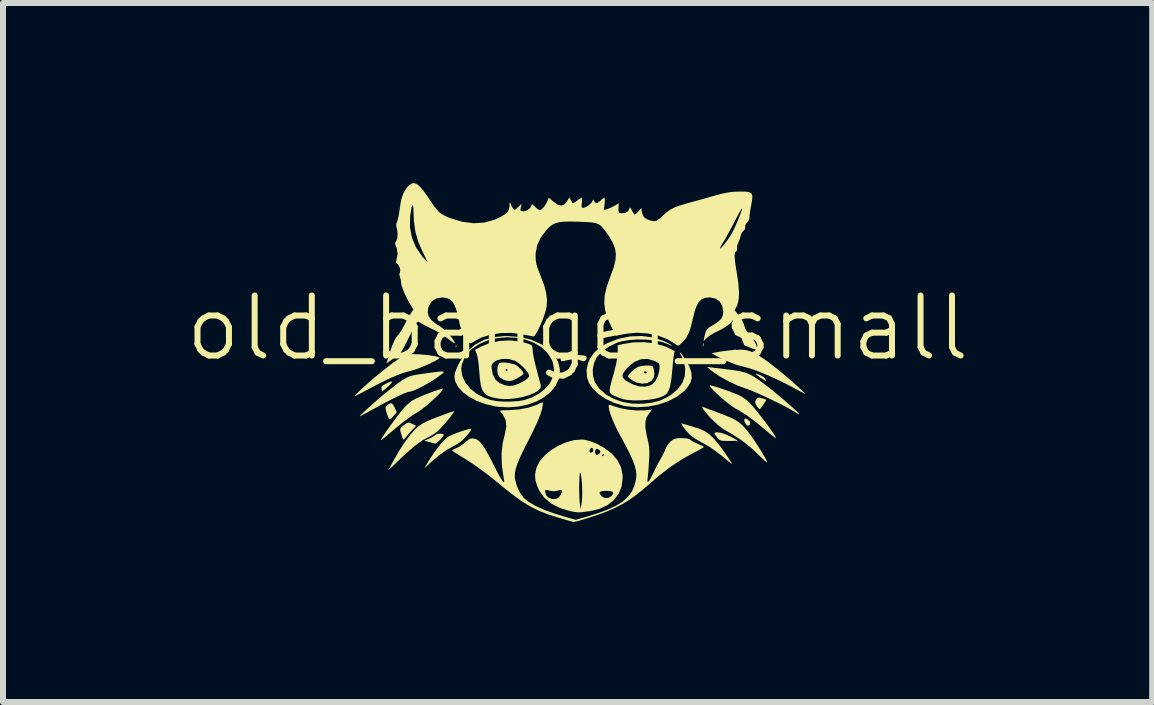
<source format=kicad_pcb>
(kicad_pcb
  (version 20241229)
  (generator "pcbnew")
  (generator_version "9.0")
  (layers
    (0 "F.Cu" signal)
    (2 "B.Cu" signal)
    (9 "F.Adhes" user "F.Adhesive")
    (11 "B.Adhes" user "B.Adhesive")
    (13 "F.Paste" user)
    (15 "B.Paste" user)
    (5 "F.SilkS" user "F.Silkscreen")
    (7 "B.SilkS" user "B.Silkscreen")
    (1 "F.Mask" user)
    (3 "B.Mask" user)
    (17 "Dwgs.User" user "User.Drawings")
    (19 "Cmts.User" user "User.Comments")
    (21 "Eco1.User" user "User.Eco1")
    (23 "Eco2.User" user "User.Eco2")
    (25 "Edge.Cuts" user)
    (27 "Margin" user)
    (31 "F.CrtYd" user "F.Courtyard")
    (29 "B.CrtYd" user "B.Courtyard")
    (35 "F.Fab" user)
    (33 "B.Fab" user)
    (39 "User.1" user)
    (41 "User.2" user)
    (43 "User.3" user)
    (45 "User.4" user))
  (footprint "old_badger_small"
    (layer "F.Cu")
    (at 6.574 2.916)
    (property "Reference" "old_badger_small" (at 0 -0.5 0) (unlocked yes) (layer "F.SilkS") (effects (font (size 1 1) (thickness 0.1))))
    (attr board_only exclude_from_pos_files exclude_from_bom)
    (fp_poly (pts (xy -2.022 -0.21) (xy -2.019 -0.187) (xy -2.022 -0.185) (xy -2.033 -0.187) (xy -2.034 -0.197) (xy -2.027 -0.213)) (stroke (width 0) (type solid)) (fill yes) (layer "F.SilkS"))
    (fp_poly (pts (xy 2.099 -0.239) (xy 2.101 -0.209) (xy 2.097 -0.202) (xy 2.088 -0.208) (xy 2.087 -0.227) (xy 2.092 -0.247)) (stroke (width 0) (type solid)) (fill yes) (layer "F.SilkS"))
    (fp_poly (pts (xy 2.81 1.01) (xy 2.834 1.025) (xy 2.873 1.062) (xy 2.874 1.099) (xy 2.856 1.122) (xy 2.831 1.127) (xy 2.801 1.099) (xy 2.799 1.097) (xy 2.779 1.056) (xy 2.777 1.024) (xy 2.789 1.006)) (stroke (width 0) (type solid)) (fill yes) (layer "F.SilkS"))
    (fp_poly (pts (xy -3.091 0.399) (xy -3.109 0.427) (xy -3.152 0.47) (xy -3.176 0.49) (xy -3.258 0.558) (xy -3.267 0.512) (xy -3.267 0.481) (xy -3.249 0.457) (xy -3.203 0.432) (xy -3.194 0.427) (xy -3.144 0.405) (xy -3.11 0.391) (xy -3.102 0.389)) (stroke (width 0) (type solid)) (fill yes) (layer "F.SilkS"))
    (fp_poly (pts (xy 3.018 0.275) (xy 3.047 0.286) (xy 3.096 0.313) (xy 3.127 0.344) (xy 3.131 0.352) (xy 3.137 0.381) (xy 3.138 0.388) (xy 3.122 0.377) (xy 3.084 0.351) (xy 3.04 0.321) (xy 2.986 0.282) (xy 2.964 0.262) (xy 2.975 0.26)) (stroke (width 0) (type solid)) (fill yes) (layer "F.SilkS"))
    (fp_poly (pts (xy 3.076 0.671) (xy 3.146 0.695) (xy 3.114 0.745) (xy 3.074 0.806) (xy 3.049 0.84) (xy 3.033 0.85) (xy 3.017 0.84) (xy 2.996 0.814) (xy 2.995 0.812) (xy 2.963 0.763) (xy 2.958 0.724) (xy 2.98 0.683) (xy 2.98 0.683) (xy 3.001 0.662) (xy 3.029 0.659)) (stroke (width 0) (type solid)) (fill yes) (layer "F.SilkS"))
    (fp_poly (pts (xy -3.094 0.756) (xy -3.066 0.79) (xy -3.048 0.825) (xy -3.013 0.901) (xy -3.057 0.952) (xy -3.09 0.99) (xy -3.112 1.016) (xy -3.113 1.018) (xy -3.132 1.019) (xy -3.144 1.008) (xy -3.161 0.976) (xy -3.18 0.923) (xy -3.187 0.9) (xy -3.199 0.846) (xy -3.198 0.815) (xy -3.18 0.792) (xy -3.168 0.782) (xy -3.125 0.754)) (stroke (width 0) (type solid)) (fill yes) (layer "F.SilkS"))
    (fp_poly (pts (xy -2.24 1.267) (xy -2.238 1.268) (xy -2.23 1.283) (xy -2.247 1.313) (xy -2.283 1.353) (xy -2.325 1.394) (xy -2.357 1.42) (xy -2.369 1.426) (xy -2.395 1.42) (xy -2.443 1.407) (xy -2.469 1.4) (xy -2.554 1.378) (xy -2.467 1.339) (xy -2.414 1.312) (xy -2.376 1.288) (xy -2.366 1.279) (xy -2.338 1.263) (xy -2.29 1.258)) (stroke (width 0) (type solid)) (fill yes) (layer "F.SilkS"))
    (fp_poly (pts (xy -2.786 1.082) (xy -2.757 1.096) (xy -2.69 1.128) (xy -2.756 1.198) (xy -2.804 1.251) (xy -2.849 1.305) (xy -2.862 1.322) (xy -2.893 1.355) (xy -2.909 1.354) (xy -2.911 1.35) (xy -2.922 1.315) (xy -2.938 1.265) (xy -2.94 1.26) (xy -2.955 1.208) (xy -2.955 1.176) (xy -2.935 1.15) (xy -2.892 1.116) (xy -2.849 1.085) (xy -2.819 1.074)) (stroke (width 0) (type solid)) (fill yes) (layer "F.SilkS"))
    (fp_poly (pts (xy 2.377 1.243) (xy 2.456 1.267) (xy 2.535 1.302) (xy 2.598 1.335) (xy 2.646 1.361) (xy 2.67 1.375) (xy 2.672 1.376) (xy 2.654 1.378) (xy 2.608 1.38) (xy 2.542 1.381) (xy 2.521 1.381) (xy 2.446 1.38) (xy 2.398 1.376) (xy 2.367 1.365) (xy 2.342 1.344) (xy 2.321 1.318) (xy 2.292 1.278) (xy 2.278 1.252) (xy 2.279 1.248) (xy 2.316 1.236)) (stroke (width 0) (type solid)) (fill yes) (layer "F.SilkS"))
    (fp_poly (pts (xy 0.031 -0.049) (xy 0.095 -0.044) (xy 0.134 -0.036) (xy 0.142 -0.032) (xy 0.152 -0.001) (xy 0.14 0.032) (xy 0.113 0.053) (xy 0.086 0.051) (xy 0.001 0.025) (xy -0.102 0.023) (xy -0.176 0.036) (xy -0.233 0.05) (xy -0.264 0.052) (xy -0.278 0.041) (xy -0.284 0.022) (xy -0.285 -0.017) (xy -0.277 -0.034) (xy -0.25 -0.043) (xy -0.196 -0.048) (xy -0.124 -0.051) (xy -0.045 -0.051)) (stroke (width 0) (type solid)) (fill yes) (layer "F.SilkS"))
    (fp_poly (pts (xy -1.77 1.184) (xy -1.781 1.206) (xy -1.81 1.247) (xy -1.851 1.3) (xy -1.851 1.3) (xy -1.925 1.376) (xy -2.013 1.438) (xy -2.066 1.466) (xy -2.185 1.533) (xy -2.302 1.616) (xy -2.427 1.721) (xy -2.467 1.757) (xy -2.551 1.834) (xy -2.497 1.74) (xy -2.443 1.652) (xy -2.379 1.559) (xy -2.312 1.47) (xy -2.249 1.394) (xy -2.195 1.339) (xy -2.18 1.326) (xy -2.141 1.303) (xy -2.082 1.276) (xy -2.012 1.247) (xy -1.938 1.221) (xy -1.869 1.199) (xy -1.813 1.184) (xy -1.777 1.18)) (stroke (width 0) (type solid)) (fill yes) (layer "F.SilkS"))
    (fp_poly (pts (xy 1.75 1.093) (xy 1.797 1.107) (xy 1.866 1.127) (xy 1.923 1.144) (xy 2.035 1.18) (xy 2.122 1.22) (xy 2.196 1.271) (xy 2.267 1.339) (xy 2.341 1.426) (xy 2.381 1.477) (xy 2.426 1.538) (xy 2.472 1.604) (xy 2.514 1.667) (xy 2.548 1.72) (xy 2.569 1.756) (xy 2.572 1.768) (xy 2.557 1.756) (xy 2.518 1.725) (xy 2.462 1.679) (xy 2.398 1.625) (xy 2.298 1.549) (xy 2.193 1.477) (xy 2.096 1.42) (xy 2.075 1.41) (xy 1.958 1.344) (xy 1.867 1.274) (xy 1.846 1.252) (xy 1.802 1.202) (xy 1.764 1.153) (xy 1.738 1.113) (xy 1.728 1.091) (xy 1.731 1.088)) (stroke (width 0) (type solid)) (fill yes) (layer "F.SilkS"))
    (fp_poly (pts (xy -2.065 0.905) (xy -2.092 0.944) (xy -2.133 0.998) (xy -2.183 1.058) (xy -2.237 1.12) (xy -2.288 1.175) (xy -2.331 1.218) (xy -2.348 1.233) (xy -2.41 1.276) (xy -2.477 1.314) (xy -2.496 1.323) (xy -2.579 1.366) (xy -2.678 1.436) (xy -2.795 1.533) (xy -2.933 1.658) (xy -2.968 1.692) (xy -3.156 1.872) (xy -3.074 1.721) (xy -2.98 1.556) (xy -2.885 1.409) (xy -2.794 1.285) (xy -2.711 1.19) (xy -2.69 1.17) (xy -2.643 1.13) (xy -2.593 1.096) (xy -2.532 1.063) (xy -2.454 1.028) (xy -2.348 0.987) (xy -2.328 0.979) (xy -2.236 0.945) (xy -2.157 0.916) (xy -2.097 0.896) (xy -2.064 0.887) (xy -2.059 0.887)) (stroke (width 0) (type solid)) (fill yes) (layer "F.SilkS"))
    (fp_poly (pts (xy -1.194 0.076) (xy -1.185 0.077) (xy -1.116 0.089) (xy -1.054 0.106) (xy -1.03 0.116) (xy -0.989 0.145) (xy -0.946 0.186) (xy -0.913 0.227) (xy -0.9 0.256) (xy -0.916 0.278) (xy -0.956 0.307) (xy -1.008 0.338) (xy -1.063 0.365) (xy -1.109 0.38) (xy -1.115 0.381) (xy -1.176 0.379) (xy -1.231 0.363) (xy -1.297 0.322) (xy -1.331 0.269) (xy -1.338 0.2) (xy -1.203 0.2) (xy -1.188 0.218) (xy -1.184 0.219) (xy -1.165 0.204) (xy -1.165 0.2) (xy -1.179 0.181) (xy -1.184 0.181) (xy -1.202 0.195) (xy -1.203 0.2) (xy -1.338 0.2) (xy -1.338 0.196) (xy -1.33 0.128) (xy -1.308 0.089) (xy -1.265 0.073)) (stroke (width 0) (type solid)) (fill yes) (layer "F.SilkS"))
    (fp_poly (pts (xy 1.217 0.126) (xy 1.247 0.135) (xy 1.261 0.158) (xy 1.266 0.176) (xy 1.28 0.264) (xy 1.267 0.331) (xy 1.228 0.382) (xy 1.228 0.382) (xy 1.158 0.418) (xy 1.073 0.426) (xy 0.981 0.407) (xy 0.919 0.377) (xy 0.872 0.344) (xy 0.843 0.316) (xy 0.838 0.305) (xy 0.853 0.275) (xy 0.886 0.237) (xy 1.103 0.237) (xy 1.118 0.254) (xy 1.132 0.256) (xy 1.152 0.247) (xy 1.15 0.237) (xy 1.126 0.219) (xy 1.121 0.219) (xy 1.103 0.233) (xy 1.103 0.237) (xy 0.886 0.237) (xy 0.889 0.235) (xy 0.937 0.192) (xy 0.987 0.158) (xy 1.014 0.144) (xy 1.066 0.132) (xy 1.133 0.125) (xy 1.161 0.124)) (stroke (width 0) (type solid)) (fill yes) (layer "F.SilkS"))
    (fp_poly (pts (xy 2.466 0.185) (xy 2.599 0.202) (xy 2.703 0.219) (xy 2.788 0.241) (xy 2.862 0.269) (xy 2.934 0.309) (xy 3.015 0.362) (xy 3.086 0.413) (xy 3.157 0.468) (xy 3.238 0.532) (xy 3.324 0.603) (xy 3.411 0.675) (xy 3.493 0.746) (xy 3.566 0.81) (xy 3.627 0.866) (xy 3.67 0.907) (xy 3.691 0.932) (xy 3.69 0.937) (xy 3.671 0.928) (xy 3.632 0.905) (xy 3.618 0.897) (xy 3.525 0.843) (xy 3.411 0.783) (xy 3.285 0.72) (xy 3.155 0.657) (xy 3.03 0.6) (xy 2.917 0.551) (xy 2.824 0.515) (xy 2.79 0.504) (xy 2.654 0.453) (xy 2.51 0.385) (xy 2.37 0.307) (xy 2.25 0.226) (xy 2.22 0.202) (xy 2.156 0.149)) (stroke (width 0) (type solid)) (fill yes) (layer "F.SilkS"))
    (fp_poly (pts (xy 2.8 -0.134) (xy 2.878 -0.113) (xy 2.963 -0.075) (xy 3.06 -0.016) (xy 3.177 0.066) (xy 3.185 0.072) (xy 3.255 0.126) (xy 3.334 0.189) (xy 3.418 0.258) (xy 3.503 0.33) (xy 3.584 0.4) (xy 3.657 0.465) (xy 3.718 0.521) (xy 3.762 0.563) (xy 3.785 0.589) (xy 3.784 0.595) (xy 3.766 0.586) (xy 3.722 0.562) (xy 3.66 0.529) (xy 3.626 0.51) (xy 3.491 0.439) (xy 3.35 0.37) (xy 3.209 0.305) (xy 3.075 0.248) (xy 2.956 0.201) (xy 2.857 0.168) (xy 2.8 0.154) (xy 2.637 0.11) (xy 2.458 0.038) (xy 2.324 -0.029) (xy 2.232 -0.08) (xy 2.286 -0.091) (xy 2.393 -0.11) (xy 2.514 -0.126) (xy 2.631 -0.136) (xy 2.722 -0.14)) (stroke (width 0) (type solid)) (fill yes) (layer "F.SilkS"))
    (fp_poly (pts (xy 2.118 0.825) (xy 2.156 0.84) (xy 2.22 0.864) (xy 2.302 0.895) (xy 2.393 0.929) (xy 2.394 0.929) (xy 2.513 0.976) (xy 2.604 1.018) (xy 2.677 1.063) (xy 2.74 1.115) (xy 2.802 1.181) (xy 2.855 1.247) (xy 2.899 1.307) (xy 2.95 1.381) (xy 3.002 1.461) (xy 3.053 1.541) (xy 3.098 1.616) (xy 3.133 1.679) (xy 3.155 1.722) (xy 3.159 1.741) (xy 3.143 1.732) (xy 3.109 1.703) (xy 3.067 1.662) (xy 2.909 1.511) (xy 2.744 1.379) (xy 2.583 1.273) (xy 2.54 1.249) (xy 2.428 1.184) (xy 2.336 1.114) (xy 2.245 1.027) (xy 2.238 1.021) (xy 2.18 0.958) (xy 2.131 0.901) (xy 2.097 0.859) (xy 2.087 0.844) (xy 2.075 0.818) (xy 2.086 0.814)) (stroke (width 0) (type solid)) (fill yes) (layer "F.SilkS"))
    (fp_poly (pts (xy 2.223 0.457) (xy 2.272 0.47) (xy 2.341 0.491) (xy 2.422 0.518) (xy 2.509 0.548) (xy 2.593 0.58) (xy 2.668 0.61) (xy 2.675 0.613) (xy 2.744 0.65) (xy 2.814 0.699) (xy 2.839 0.719) (xy 2.879 0.759) (xy 2.93 0.818) (xy 2.989 0.889) (xy 3.052 0.969) (xy 3.116 1.052) (xy 3.176 1.132) (xy 3.228 1.205) (xy 3.27 1.266) (xy 3.296 1.31) (xy 3.303 1.331) (xy 3.301 1.333) (xy 3.281 1.32) (xy 3.239 1.289) (xy 3.184 1.244) (xy 3.153 1.218) (xy 2.987 1.08) (xy 2.837 0.967) (xy 2.705 0.882) (xy 2.638 0.844) (xy 2.589 0.815) (xy 2.527 0.77) (xy 2.458 0.715) (xy 2.387 0.655) (xy 2.321 0.594) (xy 2.264 0.539) (xy 2.222 0.494) (xy 2.202 0.464) (xy 2.202 0.455)) (stroke (width 0) (type solid)) (fill yes) (layer "F.SilkS"))
    (fp_poly (pts (xy -2.648 -0.063) (xy -2.562 -0.056) (xy -2.476 -0.047) (xy -2.399 -0.035) (xy -2.339 -0.023) (xy -2.304 -0.011) (xy -2.299 -0.005) (xy -2.315 0.013) (xy -2.36 0.041) (xy -2.425 0.074) (xy -2.503 0.111) (xy -2.586 0.146) (xy -2.667 0.178) (xy -2.739 0.202) (xy -2.779 0.212) (xy -2.889 0.242) (xy -3.019 0.29) (xy -3.172 0.358) (xy -3.351 0.447) (xy -3.473 0.512) (xy -3.557 0.557) (xy -3.629 0.594) (xy -3.682 0.621) (xy -3.71 0.634) (xy -3.712 0.634) (xy -3.709 0.623) (xy -3.685 0.595) (xy -3.678 0.589) (xy -3.59 0.506) (xy -3.486 0.413) (xy -3.374 0.317) (xy -3.262 0.225) (xy -3.158 0.142) (xy -3.07 0.075) (xy -3.03 0.047) (xy -2.955 -0.003) (xy -2.901 -0.035) (xy -2.858 -0.054) (xy -2.816 -0.062) (xy -2.765 -0.065) (xy -2.728 -0.065)) (stroke (width 0) (type solid)) (fill yes) (layer "F.SilkS"))
    (fp_poly (pts (xy -2.246 0.511) (xy -2.251 0.531) (xy -2.28 0.569) (xy -2.328 0.62) (xy -2.39 0.679) (xy -2.459 0.741) (xy -2.53 0.801) (xy -2.598 0.855) (xy -2.656 0.896) (xy -2.68 0.91) (xy -2.747 0.951) (xy -2.831 1.01) (xy -2.921 1.078) (xy -3.001 1.143) (xy -3.077 1.207) (xy -3.146 1.265) (xy -3.202 1.312) (xy -3.237 1.34) (xy -3.239 1.342) (xy -3.271 1.366) (xy -3.279 1.366) (xy -3.268 1.344) (xy -3.267 1.342) (xy -3.241 1.299) (xy -3.197 1.235) (xy -3.142 1.156) (xy -3.08 1.071) (xy -3.018 0.987) (xy -2.961 0.912) (xy -2.915 0.855) (xy -2.907 0.846) (xy -2.85 0.786) (xy -2.789 0.732) (xy -2.744 0.701) (xy -2.696 0.676) (xy -2.627 0.645) (xy -2.548 0.612) (xy -2.464 0.58) (xy -2.385 0.55) (xy -2.317 0.527) (xy -2.268 0.513) (xy -2.246 0.511)) (stroke (width 0) (type solid)) (fill yes) (layer "F.SilkS"))
    (fp_poly (pts (xy -2.234 0.226) (xy -2.232 0.238) (xy -2.252 0.258) (xy -2.292 0.289) (xy -2.328 0.315) (xy -2.403 0.367) (xy -2.489 0.419) (xy -2.578 0.468) (xy -2.662 0.511) (xy -2.734 0.542) (xy -2.784 0.558) (xy -2.795 0.559) (xy -2.837 0.568) (xy -2.908 0.596) (xy -3.004 0.64) (xy -3.123 0.7) (xy -3.261 0.772) (xy -3.361 0.827) (xy -3.45 0.875) (xy -3.527 0.918) (xy -3.587 0.95) (xy -3.623 0.969) (xy -3.63 0.973) (xy -3.625 0.964) (xy -3.598 0.935) (xy -3.552 0.891) (xy -3.519 0.859) (xy -3.418 0.767) (xy -3.309 0.672) (xy -3.198 0.58) (xy -3.091 0.494) (xy -2.997 0.422) (xy -2.92 0.368) (xy -2.896 0.353) (xy -2.848 0.326) (xy -2.801 0.306) (xy -2.746 0.29) (xy -2.675 0.276) (xy -2.579 0.261) (xy -2.53 0.255) (xy -2.407 0.238) (xy -2.319 0.227) (xy -2.262 0.223)) (stroke (width 0) (type solid)) (fill yes) (layer "F.SilkS"))
    (fp_poly (pts (xy 1.278 -0.245) (xy 1.435 -0.202) (xy 1.497 -0.176) (xy 1.617 -0.118) (xy 1.604 -0.05) (xy 1.597 -0.003) (xy 1.589 0.07) (xy 1.581 0.159) (xy 1.575 0.231) (xy 1.56 0.37) (xy 1.54 0.476) (xy 1.522 0.527) (xy 1.497 0.577) (xy 1.466 0.609) (xy 1.42 0.635) (xy 1.374 0.654) (xy 1.288 0.678) (xy 1.178 0.695) (xy 1.057 0.704) (xy 0.937 0.706) (xy 0.83 0.698) (xy 0.763 0.685) (xy 0.69 0.661) (xy 0.616 0.631) (xy 0.602 0.624) (xy 0.57 0.607) (xy 0.548 0.59) (xy 0.536 0.566) (xy 0.535 0.53) (xy 0.543 0.477) (xy 0.562 0.4) (xy 0.591 0.295) (xy 0.595 0.283) (xy 0.748 0.283) (xy 0.754 0.327) (xy 0.793 0.368) (xy 0.865 0.411) (xy 0.914 0.436) (xy 1.019 0.471) (xy 1.121 0.477) (xy 1.211 0.455) (xy 1.251 0.432) (xy 1.297 0.379) (xy 1.336 0.303) (xy 1.36 0.216) (xy 1.366 0.156) (xy 1.364 0.113) (xy 1.351 0.086) (xy 1.317 0.064) (xy 1.278 0.046) (xy 1.164 0.014) (xy 1.055 0.02) (xy 0.949 0.063) (xy 0.847 0.144) (xy 0.824 0.168) (xy 0.772 0.232) (xy 0.748 0.283) (xy 0.595 0.283) (xy 0.604 0.251) (xy 0.641 0.105) (xy 0.662 -0.016) (xy 0.668 -0.095) (xy 0.668 -0.212) (xy 0.749 -0.232) (xy 0.924 -0.261) (xy 1.104 -0.265)) (stroke (width 0) (type solid)) (fill yes) (layer "F.SilkS"))
    (fp_poly (pts (xy -0.951 -0.275) (xy -0.801 -0.232) (xy -0.768 -0.213) (xy -0.753 -0.185) (xy -0.749 -0.132) (xy -0.749 -0.132) (xy -0.744 -0.083) (xy -0.731 -0.008) (xy -0.711 0.083) (xy -0.686 0.18) (xy -0.686 0.182) (xy -0.661 0.275) (xy -0.639 0.358) (xy -0.622 0.422) (xy -0.612 0.459) (xy -0.612 0.46) (xy -0.619 0.503) (xy -0.659 0.544) (xy -0.725 0.583) (xy -0.811 0.618) (xy -0.911 0.648) (xy -1.02 0.669) (xy -1.132 0.682) (xy -1.241 0.683) (xy -1.335 0.673) (xy -1.43 0.652) (xy -1.502 0.624) (xy -1.554 0.584) (xy -1.59 0.527) (xy -1.614 0.447) (xy -1.629 0.34) (xy -1.638 0.228) (xy -1.643 0.163) (xy -1.433 0.163) (xy -1.413 0.275) (xy -1.371 0.357) (xy -1.305 0.415) (xy -1.211 0.453) (xy -1.209 0.453) (xy -1.135 0.465) (xy -1.063 0.457) (xy -0.982 0.428) (xy -0.887 0.378) (xy -0.835 0.341) (xy -0.808 0.306) (xy -0.806 0.296) (xy -0.82 0.257) (xy -0.857 0.206) (xy -0.908 0.149) (xy -0.966 0.097) (xy -1.021 0.057) (xy -1.041 0.046) (xy -1.139 0.017) (xy -1.239 0.012) (xy -1.33 0.032) (xy -1.375 0.054) (xy -1.417 0.088) (xy -1.433 0.122) (xy -1.433 0.163) (xy -1.643 0.163) (xy -1.646 0.127) (xy -1.658 0.036) (xy -1.671 -0.035) (xy -1.681 -0.068) (xy -1.709 -0.136) (xy -1.615 -0.188) (xy -1.465 -0.25) (xy -1.298 -0.285) (xy -1.124 -0.294)) (stroke (width 0) (type solid)) (fill yes) (layer "F.SilkS"))
    (fp_poly (pts (xy -0.963 -0.352) (xy -0.774 -0.306) (xy -0.607 -0.231) (xy -0.468 -0.13) (xy -0.378 -0.033) (xy -0.323 0.067) (xy -0.298 0.179) (xy -0.296 0.229) (xy -0.314 0.35) (xy -0.365 0.461) (xy -0.446 0.561) (xy -0.552 0.648) (xy -0.68 0.72) (xy -0.826 0.774) (xy -0.985 0.808) (xy -1.154 0.821) (xy -1.33 0.811) (xy -1.377 0.804) (xy -1.537 0.767) (xy -1.683 0.713) (xy -1.81 0.645) (xy -1.914 0.567) (xy -1.992 0.48) (xy -2.04 0.389) (xy -2.053 0.309) (xy -2.041 0.239) (xy -2.018 0.179) (xy -1.94 0.179) (xy -1.922 0.297) (xy -1.87 0.409) (xy -1.788 0.51) (xy -1.679 0.597) (xy -1.547 0.665) (xy -1.446 0.699) (xy -1.348 0.717) (xy -1.228 0.726) (xy -1.101 0.725) (xy -0.982 0.716) (xy -0.894 0.701) (xy -0.753 0.653) (xy -0.633 0.585) (xy -0.546 0.515) (xy -0.458 0.413) (xy -0.406 0.304) (xy -0.391 0.19) (xy -0.414 0.07) (xy -0.435 0.02) (xy -0.506 -0.091) (xy -0.605 -0.182) (xy -0.727 -0.254) (xy -0.865 -0.306) (xy -1.015 -0.337) (xy -1.172 -0.347) (xy -1.329 -0.334) (xy -1.482 -0.299) (xy -1.626 -0.241) (xy -1.754 -0.159) (xy -1.781 -0.136) (xy -1.842 -0.068) (xy -1.893 0.017) (xy -1.928 0.106) (xy -1.94 0.179) (xy -2.018 0.179) (xy -2.008 0.153) (xy -1.96 0.058) (xy -1.901 -0.033) (xy -1.837 -0.112) (xy -1.822 -0.128) (xy -1.698 -0.23) (xy -1.56 -0.303) (xy -1.402 -0.348) (xy -1.221 -0.366) (xy -1.174 -0.367)) (stroke (width 0) (type solid)) (fill yes) (layer "F.SilkS"))
    (fp_poly (pts (xy 1.255 -0.343) (xy 1.43 -0.287) (xy 1.481 -0.263) (xy 1.533 -0.236) (xy 1.567 -0.214) (xy 1.575 -0.206) (xy 1.561 -0.208) (xy 1.523 -0.223) (xy 1.504 -0.233) (xy 1.408 -0.268) (xy 1.285 -0.293) (xy 1.146 -0.307) (xy 1.001 -0.31) (xy 0.861 -0.3) (xy 0.735 -0.279) (xy 0.663 -0.258) (xy 0.532 -0.197) (xy 0.416 -0.115) (xy 0.327 -0.022) (xy 0.319 -0.011) (xy 0.275 0.08) (xy 0.253 0.187) (xy 0.256 0.296) (xy 0.283 0.392) (xy 0.287 0.401) (xy 0.364 0.512) (xy 0.471 0.606) (xy 0.602 0.68) (xy 0.753 0.732) (xy 0.919 0.76) (xy 1.09 0.761) (xy 1.241 0.743) (xy 1.368 0.71) (xy 1.484 0.657) (xy 1.552 0.615) (xy 1.665 0.522) (xy 1.743 0.417) (xy 1.786 0.302) (xy 1.793 0.178) (xy 1.784 0.121) (xy 1.765 0.05) (xy 1.739 -0.017) (xy 1.726 -0.042) (xy 1.705 -0.082) (xy 1.703 -0.095) (xy 1.716 -0.085) (xy 1.742 -0.054) (xy 1.776 -0.007) (xy 1.792 0.018) (xy 1.86 0.138) (xy 1.896 0.241) (xy 1.902 0.333) (xy 1.876 0.419) (xy 1.819 0.503) (xy 1.781 0.544) (xy 1.66 0.64) (xy 1.512 0.718) (xy 1.346 0.775) (xy 1.168 0.809) (xy 0.986 0.819) (xy 0.807 0.802) (xy 0.765 0.794) (xy 0.612 0.748) (xy 0.47 0.681) (xy 0.346 0.598) (xy 0.248 0.503) (xy 0.19 0.418) (xy 0.154 0.31) (xy 0.15 0.192) (xy 0.177 0.074) (xy 0.205 0.013) (xy 0.268 -0.081) (xy 0.348 -0.158) (xy 0.454 -0.227) (xy 0.508 -0.254) (xy 0.687 -0.323) (xy 0.876 -0.361) (xy 1.068 -0.368)) (stroke (width 0) (type solid)) (fill yes) (layer "F.SilkS"))
    (fp_poly (pts (xy 0.099 1.359) (xy 0.204 1.382) (xy 0.321 1.429) (xy 0.437 1.493) (xy 0.541 1.568) (xy 0.571 1.593) (xy 0.664 1.701) (xy 0.723 1.818) (xy 0.749 1.948) (xy 0.751 1.996) (xy 0.734 2.136) (xy 0.685 2.26) (xy 0.604 2.366) (xy 0.497 2.451) (xy 0.364 2.513) (xy 0.208 2.55) (xy 0.196 2.551) (xy 0.128 2.56) (xy 0.068 2.568) (xy 0.045 2.571) (xy 0.001 2.57) (xy -0.063 2.562) (xy -0.123 2.551) (xy -0.297 2.498) (xy -0.442 2.422) (xy -0.557 2.325) (xy -0.625 2.228) (xy -0.541 2.228) (xy -0.525 2.285) (xy -0.482 2.327) (xy -0.423 2.349) (xy -0.359 2.345) (xy -0.331 2.334) (xy -0.299 2.304) (xy -0.274 2.261) (xy -0.263 2.22) (xy -0.267 2.203) (xy -0.289 2.198) (xy -0.33 2.208) (xy -0.333 2.209) (xy -0.396 2.22) (xy -0.465 2.21) (xy -0.513 2.198) (xy -0.535 2.201) (xy -0.541 2.219) (xy -0.541 2.228) (xy -0.625 2.228) (xy -0.641 2.205) (xy -0.669 2.143) (xy 0.026 2.143) (xy 0.027 2.232) (xy 0.029 2.318) (xy 0.034 2.391) (xy 0.039 2.439) (xy 0.052 2.515) (xy 0.069 2.401) (xy 0.075 2.331) (xy 0.077 2.257) (xy 0.367 2.257) (xy 0.394 2.297) (xy 0.397 2.301) (xy 0.446 2.33) (xy 0.506 2.331) (xy 0.558 2.304) (xy 0.592 2.264) (xy 0.591 2.235) (xy 0.555 2.218) (xy 0.483 2.212) (xy 0.479 2.212) (xy 0.407 2.217) (xy 0.37 2.231) (xy 0.367 2.257) (xy 0.077 2.257) (xy 0.077 2.239) (xy 0.075 2.14) (xy 0.073 2.094) (xy 0.066 2.015) (xy 0.057 1.953) (xy 0.049 1.917) (xy 0.043 1.911) (xy 0.036 1.933) (xy 0.031 1.985) (xy 0.028 2.058) (xy 0.026 2.143) (xy -0.669 2.143) (xy -0.673 2.135) (xy -0.703 2.033) (xy -0.709 1.944) (xy -0.691 1.849) (xy -0.68 1.814) (xy -0.628 1.715) (xy -0.545 1.62) (xy -0.544 1.618) (xy 0.407 1.618) (xy 0.412 1.634) (xy 0.422 1.633) (xy 0.442 1.617) (xy 0.443 1.612) (xy 0.431 1.597) (xy 0.412 1.608) (xy 0.407 1.618) (xy -0.544 1.618) (xy -0.447 1.538) (xy 0.199 1.538) (xy 0.201 1.571) (xy 0.223 1.577) (xy 0.227 1.576) (xy 0.251 1.558) (xy 0.29 1.558) (xy 0.301 1.603) (xy 0.327 1.615) (xy 0.362 1.593) (xy 0.367 1.588) (xy 0.381 1.559) (xy 0.364 1.532) (xy 0.361 1.529) (xy 0.326 1.51) (xy 0.298 1.525) (xy 0.29 1.558) (xy 0.251 1.558) (xy 0.256 1.554) (xy 0.262 1.532) (xy 0.251 1.501) (xy 0.228 1.496) (xy 0.206 1.516) (xy 0.199 1.538) (xy -0.447 1.538) (xy -0.44 1.533) (xy -0.318 1.459) (xy -0.188 1.402) (xy -0.057 1.367) (xy 0.069 1.357)) (stroke (width 0) (type solid)) (fill yes) (layer "F.SilkS"))
    (fp_poly (pts (xy -0.579 0.752) (xy -0.579 0.762) (xy -0.589 0.837) (xy -0.62 0.939) (xy -0.672 1.068) (xy -0.746 1.225) (xy -0.814 1.361) (xy -0.893 1.516) (xy -0.954 1.643) (xy -0.998 1.748) (xy -1.028 1.834) (xy -1.043 1.906) (xy -1.048 1.969) (xy -1.044 2.009) (xy -1.015 2.126) (xy -0.964 2.238) (xy -0.897 2.33) (xy -0.895 2.332) (xy -0.815 2.397) (xy -0.702 2.463) (xy -0.557 2.528) (xy -0.384 2.591) (xy -0.202 2.647) (xy -0.031 2.695) (xy 0.144 2.645) (xy 0.346 2.582) (xy 0.513 2.52) (xy 0.649 2.455) (xy 0.757 2.386) (xy 0.84 2.311) (xy 0.902 2.226) (xy 0.945 2.13) (xy 0.961 2.077) (xy 0.975 2.01) (xy 0.979 1.943) (xy 0.972 1.874) (xy 0.953 1.796) (xy 0.92 1.706) (xy 0.872 1.599) (xy 0.807 1.471) (xy 0.724 1.316) (xy 0.697 1.267) (xy 0.64 1.158) (xy 0.591 1.048) (xy 0.552 0.948) (xy 0.526 0.863) (xy 0.517 0.804) (xy 0.519 0.785) (xy 0.532 0.78) (xy 0.564 0.788) (xy 0.607 0.804) (xy 0.719 0.837) (xy 0.85 0.861) (xy 0.984 0.873) (xy 1.103 0.872) (xy 1.118 0.871) (xy 1.24 0.858) (xy 1.188 0.926) (xy 1.148 0.993) (xy 1.129 1.07) (xy 1.129 1.162) (xy 1.149 1.278) (xy 1.16 1.325) (xy 1.179 1.409) (xy 1.191 1.48) (xy 1.195 1.552) (xy 1.194 1.639) (xy 1.19 1.712) (xy 1.184 1.807) (xy 1.178 1.895) (xy 1.171 1.966) (xy 1.167 2.002) (xy 1.163 2.05) (xy 1.172 2.064) (xy 1.192 2.046) (xy 1.222 1.995) (xy 1.256 1.925) (xy 1.296 1.841) (xy 1.343 1.753) (xy 1.375 1.695) (xy 1.413 1.627) (xy 1.446 1.56) (xy 1.461 1.519) (xy 1.49 1.462) (xy 1.535 1.405) (xy 1.549 1.391) (xy 1.59 1.359) (xy 1.63 1.341) (xy 1.682 1.335) (xy 1.734 1.334) (xy 1.819 1.339) (xy 1.868 1.353) (xy 1.876 1.36) (xy 1.905 1.381) (xy 1.957 1.409) (xy 2.001 1.428) (xy 2.056 1.453) (xy 2.094 1.473) (xy 2.104 1.482) (xy 2.088 1.495) (xy 2.045 1.52) (xy 1.984 1.553) (xy 1.949 1.57) (xy 1.749 1.68) (xy 1.548 1.812) (xy 1.362 1.956) (xy 1.324 1.988) (xy 1.176 2.116) (xy 1.05 2.222) (xy 0.938 2.308) (xy 0.836 2.379) (xy 0.737 2.438) (xy 0.636 2.49) (xy 0.528 2.539) (xy 0.489 2.555) (xy 0.419 2.582) (xy 0.334 2.612) (xy 0.241 2.643) (xy 0.148 2.673) (xy 0.063 2.699) (xy -0.007 2.719) (xy -0.053 2.73) (xy -0.067 2.731) (xy -0.088 2.725) (xy -0.139 2.712) (xy -0.211 2.691) (xy -0.297 2.666) (xy -0.305 2.664) (xy -0.48 2.609) (xy -0.637 2.548) (xy -0.783 2.476) (xy -0.926 2.389) (xy -1.075 2.282) (xy -1.239 2.152) (xy -1.269 2.126) (xy -1.496 1.943) (xy -1.71 1.786) (xy -1.908 1.658) (xy -1.926 1.648) (xy -1.995 1.606) (xy -2.05 1.571) (xy -2.084 1.547) (xy -2.091 1.538) (xy -2.075 1.525) (xy -2.035 1.507) (xy -2.026 1.504) (xy -1.976 1.48) (xy -1.915 1.439) (xy -1.875 1.406) (xy -1.823 1.363) (xy -1.785 1.342) (xy -1.75 1.338) (xy -1.723 1.342) (xy -1.682 1.355) (xy -1.642 1.383) (xy -1.6 1.428) (xy -1.554 1.494) (xy -1.5 1.586) (xy -1.436 1.707) (xy -1.398 1.782) (xy -1.335 1.906) (xy -1.285 1.996) (xy -1.25 2.05) (xy -1.229 2.07) (xy -1.222 2.056) (xy -1.228 2.017) (xy -1.261 1.8) (xy -1.268 1.603) (xy -1.248 1.417) (xy -1.211 1.26) (xy -1.188 1.138) (xy -1.199 1.033) (xy -1.245 0.941) (xy -1.272 0.908) (xy -1.288 0.891) (xy -1.29 0.879) (xy -1.273 0.873) (xy -1.23 0.87) (xy -1.156 0.868) (xy -1.138 0.868) (xy -0.975 0.856) (xy -0.821 0.827) (xy -0.687 0.782) (xy -0.651 0.765) (xy -0.606 0.743) (xy -0.585 0.739)) (stroke (width 0) (type solid)) (fill yes) (layer "F.SilkS"))
    (fp_poly (pts (xy -2.682 -2.902) (xy -2.632 -2.861) (xy -2.572 -2.792) (xy -2.501 -2.692) (xy -2.469 -2.645) (xy -2.404 -2.548) (xy -2.35 -2.478) (xy -2.301 -2.427) (xy -2.249 -2.389) (xy -2.187 -2.358) (xy -2.129 -2.334) (xy -1.927 -2.272) (xy -1.736 -2.246) (xy -1.557 -2.257) (xy -1.388 -2.303) (xy -1.295 -2.346) (xy -1.224 -2.387) (xy -1.179 -2.422) (xy -1.154 -2.457) (xy -1.144 -2.479) (xy -1.133 -2.53) (xy -1.134 -2.569) (xy -1.135 -2.571) (xy -1.136 -2.59) (xy -1.127 -2.588) (xy -1.108 -2.56) (xy -1.108 -2.554) (xy -1.097 -2.522) (xy -1.079 -2.495) (xy -1.06 -2.473) (xy -1.042 -2.472) (xy -1.014 -2.494) (xy -0.993 -2.513) (xy -0.934 -2.569) (xy -0.947 -2.508) (xy -0.953 -2.466) (xy -0.942 -2.449) (xy -0.904 -2.446) (xy -0.902 -2.446) (xy -0.846 -2.459) (xy -0.798 -2.493) (xy -0.77 -2.536) (xy -0.768 -2.552) (xy -0.76 -2.563) (xy -0.734 -2.545) (xy -0.713 -2.524) (xy -0.673 -2.487) (xy -0.638 -2.467) (xy -0.63 -2.465) (xy -0.595 -2.481) (xy -0.555 -2.525) (xy -0.517 -2.586) (xy -0.504 -2.615) (xy -0.48 -2.672) (xy -0.403 -2.606) (xy -0.331 -2.556) (xy -0.27 -2.54) (xy -0.22 -2.559) (xy -0.178 -2.609) (xy -0.138 -2.677) (xy -0.112 -2.628) (xy -0.091 -2.593) (xy -0.076 -2.578) (xy -0.056 -2.589) (xy -0.019 -2.615) (xy -0.004 -2.626) (xy 0.037 -2.655) (xy 0.065 -2.672) (xy 0.07 -2.673) (xy 0.074 -2.656) (xy 0.073 -2.614) (xy 0.07 -2.588) (xy 0.065 -2.536) (xy 0.069 -2.511) (xy 0.088 -2.503) (xy 0.097 -2.503) (xy 0.139 -2.516) (xy 0.187 -2.547) (xy 0.229 -2.587) (xy 0.252 -2.624) (xy 0.254 -2.632) (xy 0.258 -2.646) (xy 0.271 -2.624) (xy 0.272 -2.621) (xy 0.298 -2.585) (xy 0.333 -2.585) (xy 0.38 -2.621) (xy 0.385 -2.626) (xy 0.424 -2.662) (xy 0.447 -2.668) (xy 0.455 -2.641) (xy 0.451 -2.579) (xy 0.45 -2.57) (xy 0.437 -2.466) (xy 0.497 -2.484) (xy 0.554 -2.506) (xy 0.615 -2.537) (xy 0.621 -2.54) (xy 0.685 -2.58) (xy 0.681 -2.499) (xy 0.681 -2.448) (xy 0.691 -2.423) (xy 0.716 -2.414) (xy 0.729 -2.412) (xy 0.794 -2.418) (xy 0.842 -2.448) (xy 0.862 -2.489) (xy 0.868 -2.511) (xy 0.878 -2.507) (xy 0.898 -2.473) (xy 0.904 -2.46) (xy 0.929 -2.416) (xy 0.949 -2.392) (xy 0.954 -2.389) (xy 0.973 -2.403) (xy 1.006 -2.435) (xy 1.014 -2.445) (xy 1.061 -2.5) (xy 1.073 -2.426) (xy 1.094 -2.363) (xy 1.138 -2.32) (xy 1.21 -2.293) (xy 1.242 -2.286) (xy 1.282 -2.282) (xy 1.313 -2.287) (xy 1.348 -2.309) (xy 1.395 -2.35) (xy 1.413 -2.367) (xy 1.479 -2.426) (xy 1.541 -2.471) (xy 1.608 -2.507) (xy 1.69 -2.538) (xy 1.797 -2.57) (xy 1.831 -2.58) (xy 1.926 -2.606) (xy 2.043 -2.638) (xy 2.165 -2.672) (xy 2.265 -2.701) (xy 2.385 -2.734) (xy 2.482 -2.755) (xy 2.567 -2.768) (xy 2.654 -2.773) (xy 2.685 -2.774) (xy 2.786 -2.774) (xy 2.854 -2.767) (xy 2.895 -2.746) (xy 2.911 -2.707) (xy 2.909 -2.643) (xy 2.893 -2.55) (xy 2.89 -2.535) (xy 2.876 -2.455) (xy 2.866 -2.389) (xy 2.863 -2.344) (xy 2.864 -2.333) (xy 2.857 -2.304) (xy 2.83 -2.266) (xy 2.826 -2.263) (xy 2.794 -2.215) (xy 2.791 -2.18) (xy 2.785 -2.141) (xy 2.765 -2.124) (xy 2.738 -2.094) (xy 2.718 -2.043) (xy 2.717 -2.035) (xy 2.7 -1.975) (xy 2.678 -1.925) (xy 2.676 -1.922) (xy 2.658 -1.872) (xy 2.657 -1.833) (xy 2.655 -1.792) (xy 2.64 -1.777) (xy 2.625 -1.761) (xy 2.617 -1.725) (xy 2.618 -1.666) (xy 2.627 -1.579) (xy 2.645 -1.461) (xy 2.653 -1.416) (xy 2.678 -1.246) (xy 2.689 -1.108) (xy 2.686 -0.998) (xy 2.67 -0.912) (xy 2.653 -0.868) (xy 2.615 -0.794) (xy 2.66 -0.746) (xy 2.697 -0.698) (xy 2.735 -0.636) (xy 2.766 -0.574) (xy 2.783 -0.524) (xy 2.785 -0.511) (xy 2.797 -0.483) (xy 2.827 -0.437) (xy 2.863 -0.392) (xy 2.926 -0.311) (xy 2.97 -0.233) (xy 2.991 -0.168) (xy 2.993 -0.153) (xy 2.986 -0.14) (xy 2.96 -0.143) (xy 2.909 -0.16) (xy 2.885 -0.17) (xy 2.777 -0.213) (xy 2.716 -0.375) (xy 2.685 -0.453) (xy 2.654 -0.523) (xy 2.629 -0.573) (xy 2.622 -0.585) (xy 2.59 -0.634) (xy 2.537 -0.575) (xy 2.493 -0.538) (xy 2.427 -0.496) (xy 2.353 -0.457) (xy 2.346 -0.454) (xy 2.272 -0.416) (xy 2.204 -0.375) (xy 2.157 -0.34) (xy 2.154 -0.337) (xy 2.099 -0.282) (xy 2.113 -0.357) (xy 2.129 -0.424) (xy 2.152 -0.471) (xy 2.191 -0.509) (xy 2.255 -0.549) (xy 2.263 -0.553) (xy 2.345 -0.607) (xy 2.396 -0.659) (xy 2.421 -0.717) (xy 2.426 -0.769) (xy 2.411 -0.867) (xy 2.368 -0.942) (xy 2.3 -0.99) (xy 2.209 -1.01) (xy 2.197 -1.01) (xy 2.124 -1.003) (xy 2.065 -0.978) (xy 2.018 -0.932) (xy 1.979 -0.86) (xy 1.945 -0.758) (xy 1.917 -0.644) (xy 1.887 -0.52) (xy 1.855 -0.424) (xy 1.817 -0.35) (xy 1.77 -0.287) (xy 1.741 -0.258) (xy 1.701 -0.221) (xy 1.676 -0.208) (xy 1.654 -0.215) (xy 1.631 -0.232) (xy 1.496 -0.315) (xy 1.338 -0.375) (xy 1.164 -0.411) (xy 0.983 -0.422) (xy 0.801 -0.405) (xy 0.763 -0.397) (xy 0.7 -0.385) (xy 0.655 -0.376) (xy 0.637 -0.374) (xy 0.628 -0.391) (xy 0.607 -0.433) (xy 0.577 -0.493) (xy 0.568 -0.51) (xy 0.502 -0.656) (xy 0.461 -0.787) (xy 0.444 -0.912) (xy 0.451 -1.039) (xy 0.482 -1.177) (xy 0.536 -1.335) (xy 0.547 -1.362) (xy 0.599 -1.505) (xy 0.63 -1.626) (xy 0.638 -1.731) (xy 0.623 -1.827) (xy 2.37 -1.827) (xy 2.38 -1.828) (xy 2.407 -1.853) (xy 2.443 -1.896) (xy 2.485 -1.95) (xy 2.526 -2.007) (xy 2.561 -2.062) (xy 2.575 -2.087) (xy 2.606 -2.149) (xy 2.64 -2.223) (xy 2.673 -2.301) (xy 2.703 -2.375) (xy 2.727 -2.438) (xy 2.74 -2.481) (xy 2.741 -2.496) (xy 2.731 -2.483) (xy 2.706 -2.442) (xy 2.671 -2.379) (xy 2.629 -2.3) (xy 2.615 -2.272) (xy 2.565 -2.176) (xy 2.514 -2.083) (xy 2.469 -2.002) (xy 2.435 -1.944) (xy 2.432 -1.94) (xy 2.399 -1.886) (xy 2.377 -1.845) (xy 2.37 -1.827) (xy 0.623 -1.827) (xy 0.623 -1.828) (xy 0.584 -1.926) (xy 0.521 -2.033) (xy 0.487 -2.08) (xy 0.441 -2.144) (xy 0.401 -2.191) (xy 0.361 -2.224) (xy 0.314 -2.245) (xy 0.252 -2.258) (xy 0.168 -2.265) (xy 0.056 -2.27) (xy 0.016 -2.272) (xy -0.123 -2.275) (xy -0.231 -2.272) (xy -0.315 -2.262) (xy -0.381 -2.242) (xy -0.436 -2.212) (xy -0.486 -2.169) (xy -0.522 -2.13) (xy -0.616 -2.005) (xy -0.674 -1.878) (xy -0.699 -1.747) (xy -0.7 -1.7) (xy -0.697 -1.63) (xy -0.687 -1.567) (xy -0.666 -1.498) (xy -0.633 -1.411) (xy -0.62 -1.38) (xy -0.561 -1.224) (xy -0.525 -1.091) (xy -0.51 -0.972) (xy -0.516 -0.861) (xy -0.52 -0.839) (xy -0.535 -0.774) (xy -0.561 -0.696) (xy -0.593 -0.612) (xy -0.629 -0.529) (xy -0.664 -0.456) (xy -0.697 -0.399) (xy -0.722 -0.366) (xy -0.733 -0.36) (xy -0.762 -0.365) (xy -0.818 -0.376) (xy -0.891 -0.39) (xy -0.919 -0.396) (xy -1.095 -0.419) (xy -1.272 -0.417) (xy -1.442 -0.392) (xy -1.596 -0.344) (xy -1.719 -0.28) (xy -1.767 -0.252) (xy -1.798 -0.245) (xy -1.819 -0.256) (xy -1.87 -0.318) (xy -1.917 -0.413) (xy -1.957 -0.537) (xy -1.978 -0.631) (xy -2.009 -0.765) (xy -2.042 -0.864) (xy -2.081 -0.934) (xy -2.129 -0.979) (xy -2.189 -1.003) (xy -2.262 -1.01) (xy -2.355 -0.993) (xy -2.428 -0.946) (xy -2.477 -0.871) (xy -2.488 -0.839) (xy -2.498 -0.761) (xy -2.48 -0.692) (xy -2.432 -0.628) (xy -2.35 -0.564) (xy -2.296 -0.531) (xy -2.185 -0.447) (xy -2.088 -0.328) (xy -2.065 -0.29) (xy -2.048 -0.26) (xy -2.044 -0.246) (xy -2.057 -0.249) (xy -2.091 -0.271) (xy -2.149 -0.313) (xy -2.193 -0.347) (xy -2.271 -0.4) (xy -2.361 -0.453) (xy -2.431 -0.488) (xy -2.502 -0.522) (xy -2.566 -0.555) (xy -2.607 -0.58) (xy -2.644 -0.604) (xy -2.665 -0.605) (xy -2.683 -0.586) (xy -2.686 -0.582) (xy -2.704 -0.553) (xy -2.734 -0.496) (xy -2.773 -0.421) (xy -2.817 -0.334) (xy -2.828 -0.311) (xy -2.876 -0.216) (xy -2.912 -0.148) (xy -2.942 -0.1) (xy -2.972 -0.064) (xy -3.007 -0.034) (xy -3.053 -0.002) (xy -3.064 0.005) (xy -3.183 0.084) (xy -3.136 -0.071) (xy -3.09 -0.207) (xy -3.046 -0.306) (xy -3.005 -0.37) (xy -2.988 -0.386) (xy -2.966 -0.415) (xy -2.932 -0.467) (xy -2.895 -0.534) (xy -2.884 -0.555) (xy -2.845 -0.629) (xy -2.807 -0.697) (xy -2.778 -0.746) (xy -2.773 -0.754) (xy -2.736 -0.809) (xy -2.783 -0.886) (xy -2.832 -0.971) (xy -2.876 -1.061) (xy -2.912 -1.147) (xy -2.935 -1.217) (xy -2.941 -1.259) (xy -2.948 -1.313) (xy -2.961 -1.351) (xy -2.97 -1.4) (xy -2.96 -1.425) (xy -2.955 -1.468) (xy -2.968 -1.52) (xy -2.995 -1.563) (xy -3.018 -1.58) (xy -3.029 -1.598) (xy -3.018 -1.64) (xy -2.999 -1.733) (xy -3.011 -1.824) (xy -3.025 -1.857) (xy -3.041 -1.898) (xy -3.036 -1.928) (xy -3.025 -1.945) (xy -3.005 -1.996) (xy -2.999 -2.066) (xy -3.007 -2.139) (xy -3.016 -2.17) (xy -3.018 -2.183) (xy -2.794 -2.183) (xy -2.762 -2.01) (xy -2.694 -1.847) (xy -2.591 -1.696) (xy -2.581 -1.685) (xy -2.541 -1.639) (xy -2.511 -1.606) (xy -2.5 -1.596) (xy -2.506 -1.611) (xy -2.526 -1.654) (xy -2.556 -1.717) (xy -2.587 -1.78) (xy -2.657 -1.941) (xy -2.702 -2.103) (xy -2.727 -2.277) (xy -2.734 -2.427) (xy -2.737 -2.504) (xy -2.744 -2.544) (xy -2.753 -2.547) (xy -2.765 -2.516) (xy -2.778 -2.449) (xy -2.79 -2.365) (xy -2.794 -2.183) (xy -3.018 -2.183) (xy -3.023 -2.227) (xy -3.008 -2.271) (xy -2.995 -2.313) (xy -2.98 -2.381) (xy -2.967 -2.463) (xy -2.963 -2.496) (xy -2.939 -2.641) (xy -2.899 -2.756) (xy -2.843 -2.844) (xy -2.814 -2.874) (xy -2.77 -2.906) (xy -2.727 -2.916)) (stroke (width 0) (type solid)) (fill yes) (layer "F.SilkS")))
  (gr_rect
    (start -3 -3)
    (end 16.148 8.647)
    (stroke (width 0.1) (type default))
    (fill no)
    (layer "Edge.Cuts")))
</source>
